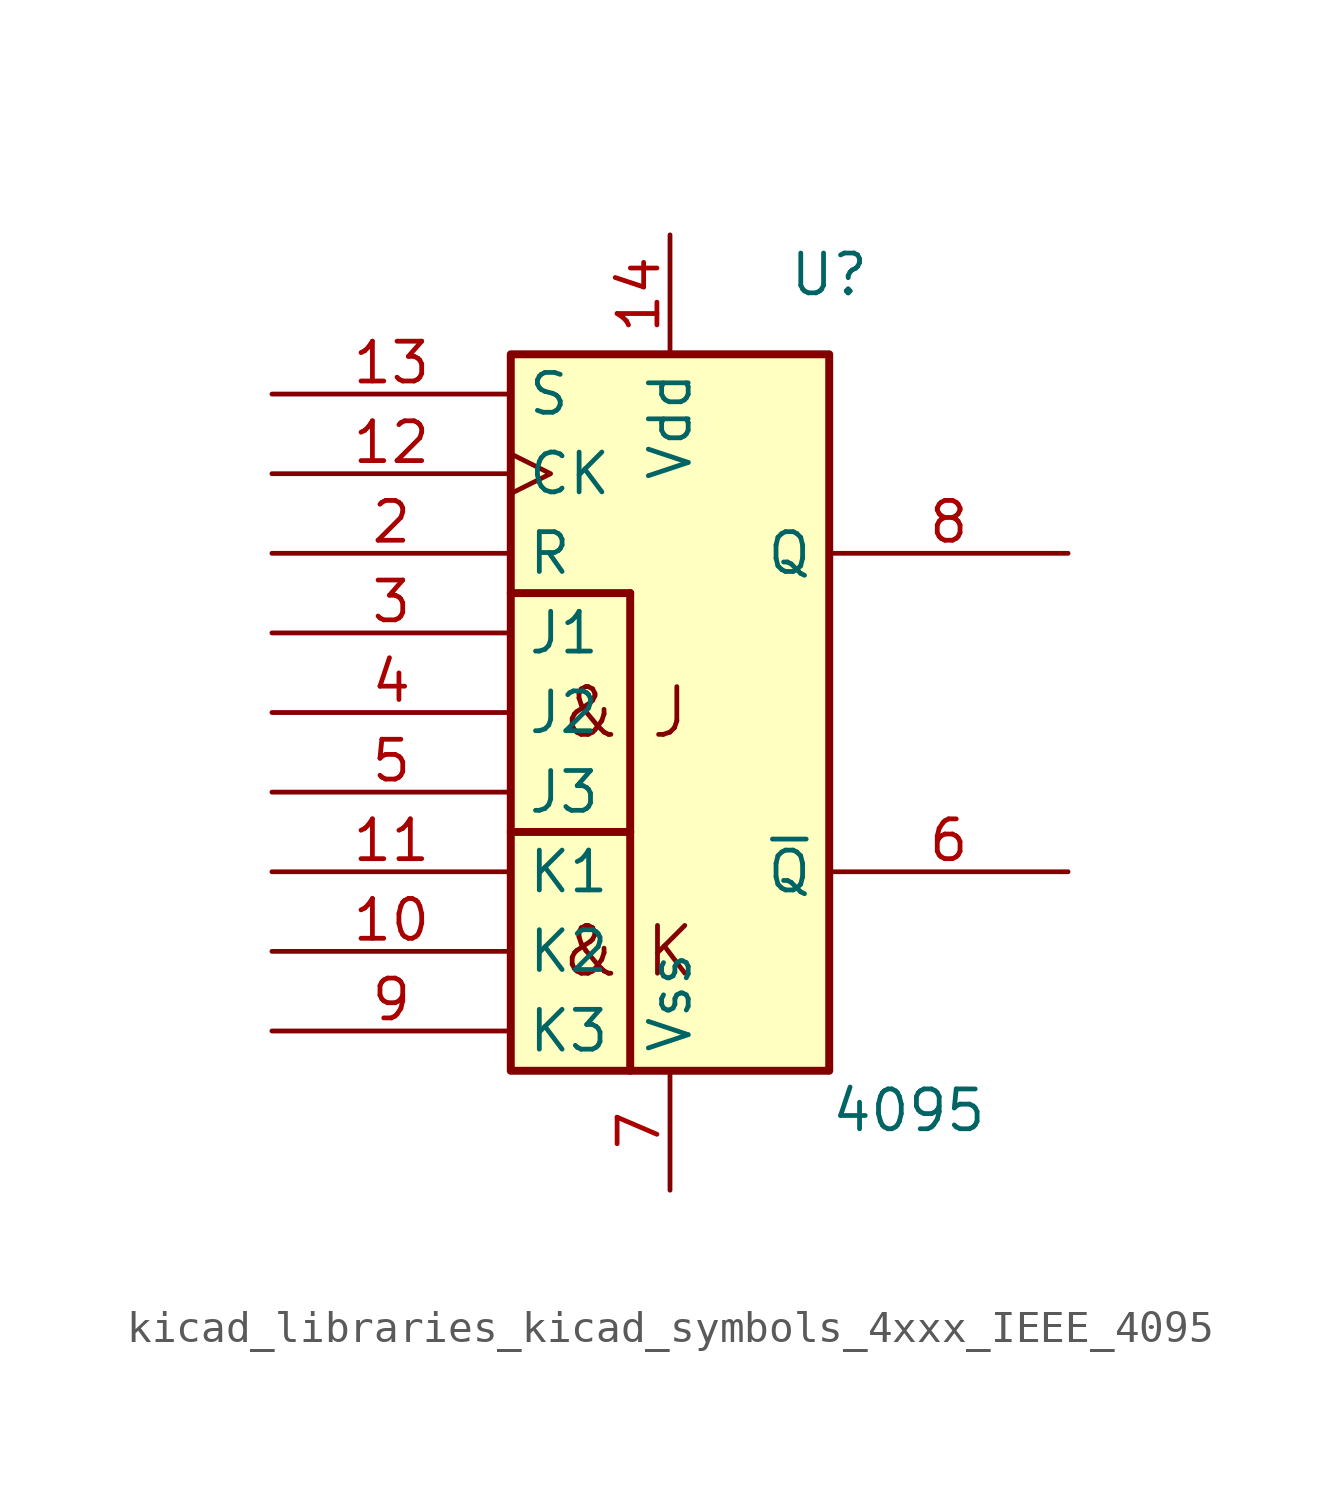
<source format=kicad_sym>
(kicad_symbol_lib
  (version 20220914)
  (generator kicad_symbol_editor)
  (symbol "kicad_libraries_kicad_symbols_4xxx_IEEE_4095"
    (property "Reference" "U"
      (at 5.08 13.97 0)
      (effects (font (size 1.27 1.27))))
    (property "Value" "4095"
      (at 7.62 -12.7 0)
      (effects (font (size 1.27 1.27))))
    (symbol "kicad_libraries_kicad_symbols_4xxx_IEEE_4095_0_0"
      (text "&" (at -2.54 -7.62 0) (effects (font (size 1.524 1.524))))
      (text "&" (at -2.54 0 0) (effects (font (size 1.524 1.524))))
      (text "J" (at 0 0 0) (effects (font (size 1.524 1.524))))
      (text "K" (at 0 -7.62 0) (effects (font (size 1.524 1.524)))))
    (symbol "kicad_libraries_kicad_symbols_4xxx_IEEE_4095_0_1"
      (rectangle (start -5.08 -3.81) (end -1.27 -3.81) (stroke (width 0.254) (type default)) (fill (type background)))
      (rectangle (start -5.08 3.81) (end -1.27 3.81) (stroke (width 0.254) (type default)) (fill (type background)))
      (rectangle (start -5.08 11.43) (end 5.08 -11.43) (stroke (width 0.254) (type default)) (fill (type background)))
      (rectangle (start -1.27 -3.81) (end -1.27 -11.43) (stroke (width 0.254) (type default)) (fill (type background)))
      (rectangle (start -1.27 -3.81) (end -1.27 3.81) (stroke (width 0.254) (type default)) (fill (type background))))
    (symbol "kicad_libraries_kicad_symbols_4xxx_IEEE_4095_1_1"
      (pin input line (at -12.7 -7.62 0) (length 7.62) (name "K2" (effects (font (size 1.27 1.27)))) (number "10" (effects (font (size 1.27 1.27)))))
      (pin input line (at -12.7 -5.08 0) (length 7.62) (name "K1" (effects (font (size 1.27 1.27)))) (number "11" (effects (font (size 1.27 1.27)))))
      (pin input clock (at -12.7 7.62 0) (length 7.62) (name "CK" (effects (font (size 1.27 1.27)))) (number "12" (effects (font (size 1.27 1.27)))))
      (pin input line (at -12.7 10.16 0) (length 7.62) (name "S" (effects (font (size 1.27 1.27)))) (number "13" (effects (font (size 1.27 1.27)))))
      (pin power_in line (at 0 15.24 270) (length 3.81) (name "Vdd" (effects (font (size 1.27 1.27)))) (number "14" (effects (font (size 1.27 1.27)))))
      (pin input line (at -12.7 5.08 0) (length 7.62) (name "R" (effects (font (size 1.27 1.27)))) (number "2" (effects (font (size 1.27 1.27)))))
      (pin input line (at -12.7 2.54 0) (length 7.62) (name "J1" (effects (font (size 1.27 1.27)))) (number "3" (effects (font (size 1.27 1.27)))))
      (pin input line (at -12.7 0 0) (length 7.62) (name "J2" (effects (font (size 1.27 1.27)))) (number "4" (effects (font (size 1.27 1.27)))))
      (pin input line (at -12.7 -2.54 0) (length 7.62) (name "J3" (effects (font (size 1.27 1.27)))) (number "5" (effects (font (size 1.27 1.27)))))
      (pin output line (at 12.7 -5.08 180) (length 7.62) (name "~{Q}" (effects (font (size 1.27 1.27)))) (number "6" (effects (font (size 1.27 1.27)))))
      (pin power_in line (at 0 -15.24 90) (length 3.81) (name "Vss" (effects (font (size 1.27 1.27)))) (number "7" (effects (font (size 1.27 1.27)))))
      (pin output line (at 12.7 5.08 180) (length 7.62) (name "Q" (effects (font (size 1.27 1.27)))) (number "8" (effects (font (size 1.27 1.27)))))
      (pin input line (at -12.7 -10.16 0) (length 7.62) (name "K3" (effects (font (size 1.27 1.27)))) (number "9" (effects (font (size 1.27 1.27))))))))
</source>
